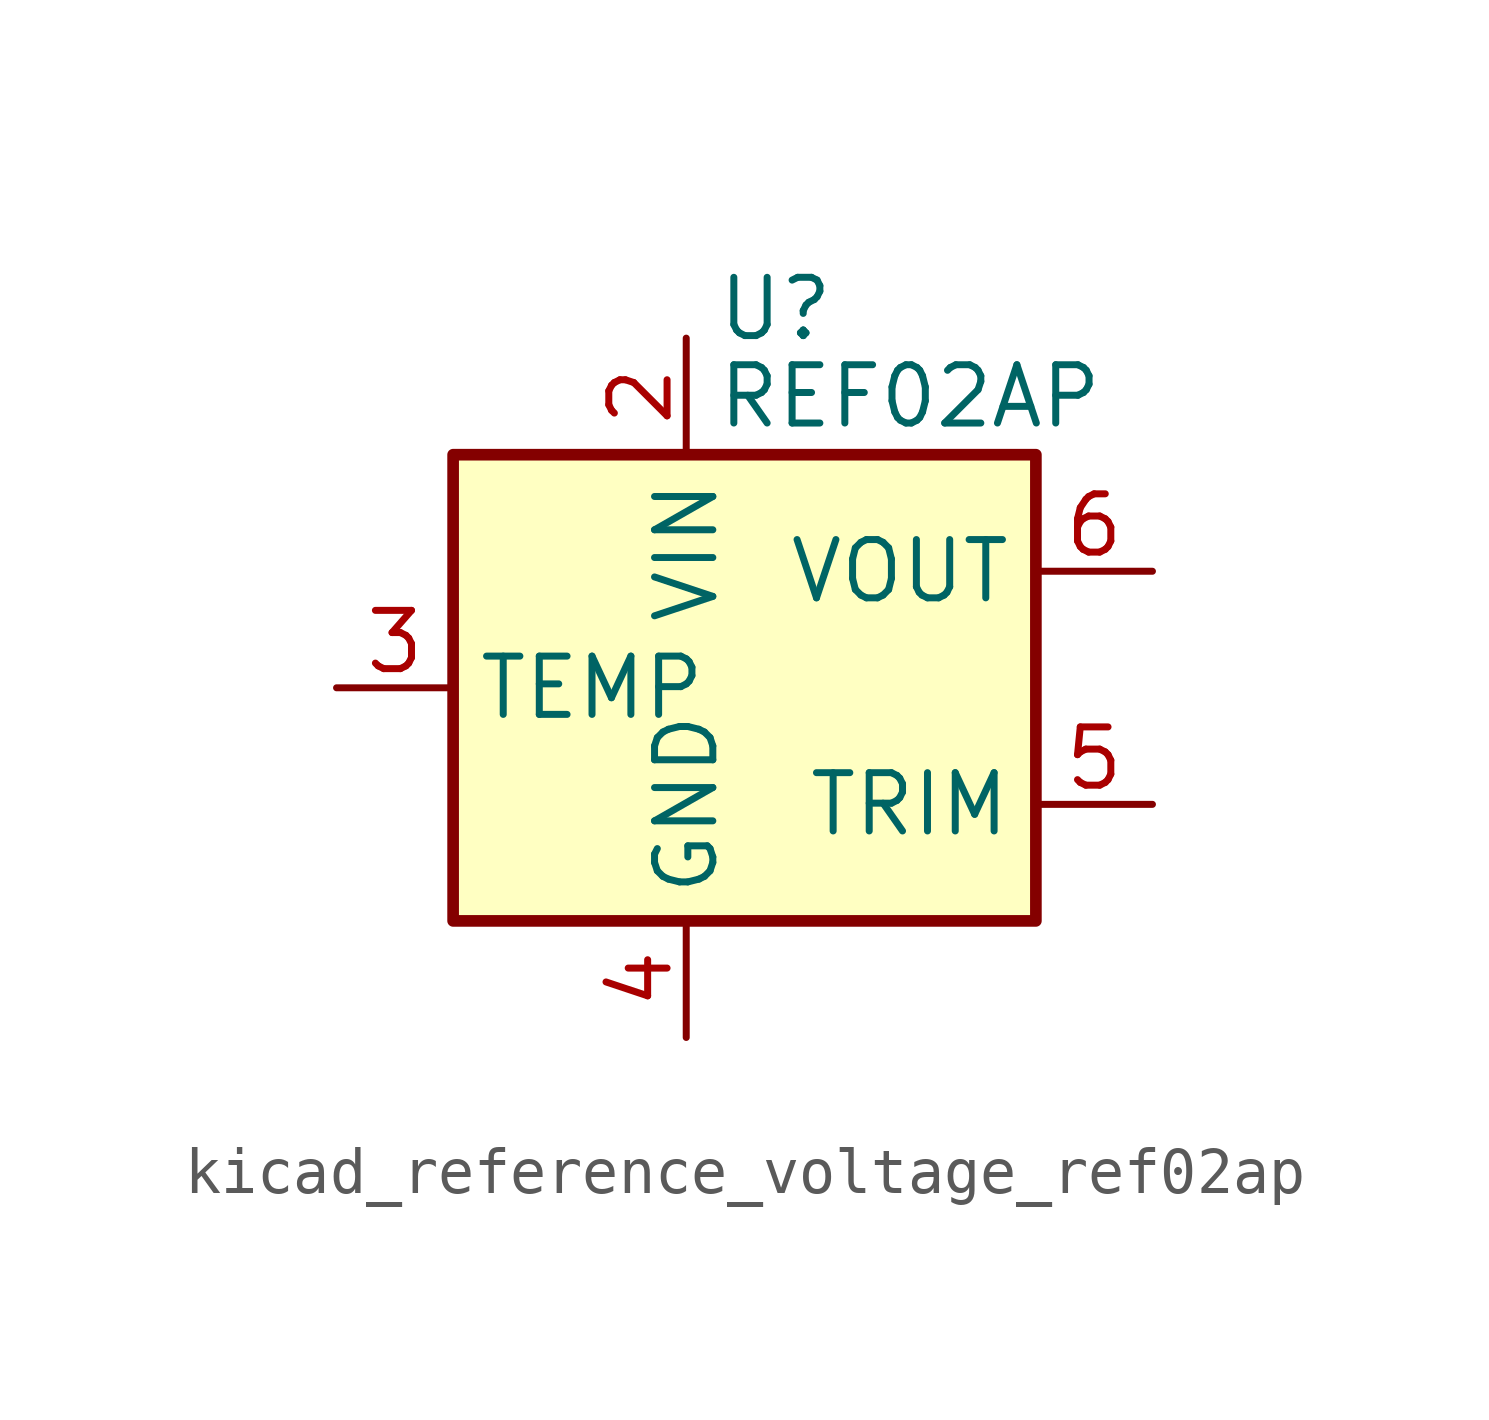
<source format=kicad_sym>
(kicad_symbol_lib
  (version 20220914)
  (generator kicad_symbol_editor)
  (symbol "kicad_reference_voltage_ref02ap"
    (property "Reference" "U"
      (at 0.635 8.255 0)
      (effects (font (size 1.27 1.27)) (justify left)))
    (property "Value" "REF02AP"
      (at 0.635 6.35 0)
      (effects (font (size 1.27 1.27)) (justify left)))
    (symbol "kicad_reference_voltage_ref02ap_0_1"
      (rectangle (start -5.08 5.08) (end 7.62 -5.08) (stroke (width 0.254) (type default)) (fill (type background))))
    (symbol "kicad_reference_voltage_ref02ap_1_1"
      (pin no_connect line (at 2.54 -5.08 90) (length 2.54) hide (name "NC" (effects (font (size 1.27 1.27)))) (number "1" (effects (font (size 1.27 1.27)))))
      (pin power_in line (at 0 7.62 270) (length 2.54) (name "VIN" (effects (font (size 1.27 1.27)))) (number "2" (effects (font (size 1.27 1.27)))))
      (pin passive line (at -7.62 0 0) (length 2.54) (name "TEMP" (effects (font (size 1.27 1.27)))) (number "3" (effects (font (size 1.27 1.27)))))
      (pin power_in line (at 0 -7.62 90) (length 2.54) (name "GND" (effects (font (size 1.27 1.27)))) (number "4" (effects (font (size 1.27 1.27)))))
      (pin passive line (at 10.16 -2.54 180) (length 2.54) (name "TRIM" (effects (font (size 1.27 1.27)))) (number "5" (effects (font (size 1.27 1.27)))))
      (pin power_out line (at 10.16 2.54 180) (length 2.54) (name "VOUT" (effects (font (size 1.27 1.27)))) (number "6" (effects (font (size 1.27 1.27)))))
      (pin no_connect line (at -2.54 -5.08 90) (length 2.54) hide (name "NC" (effects (font (size 1.27 1.27)))) (number "7" (effects (font (size 1.27 1.27)))))
      (pin no_connect line (at 7.62 0 180) (length 2.54) hide (name "NC" (effects (font (size 1.27 1.27)))) (number "8" (effects (font (size 1.27 1.27))))))))
</source>
